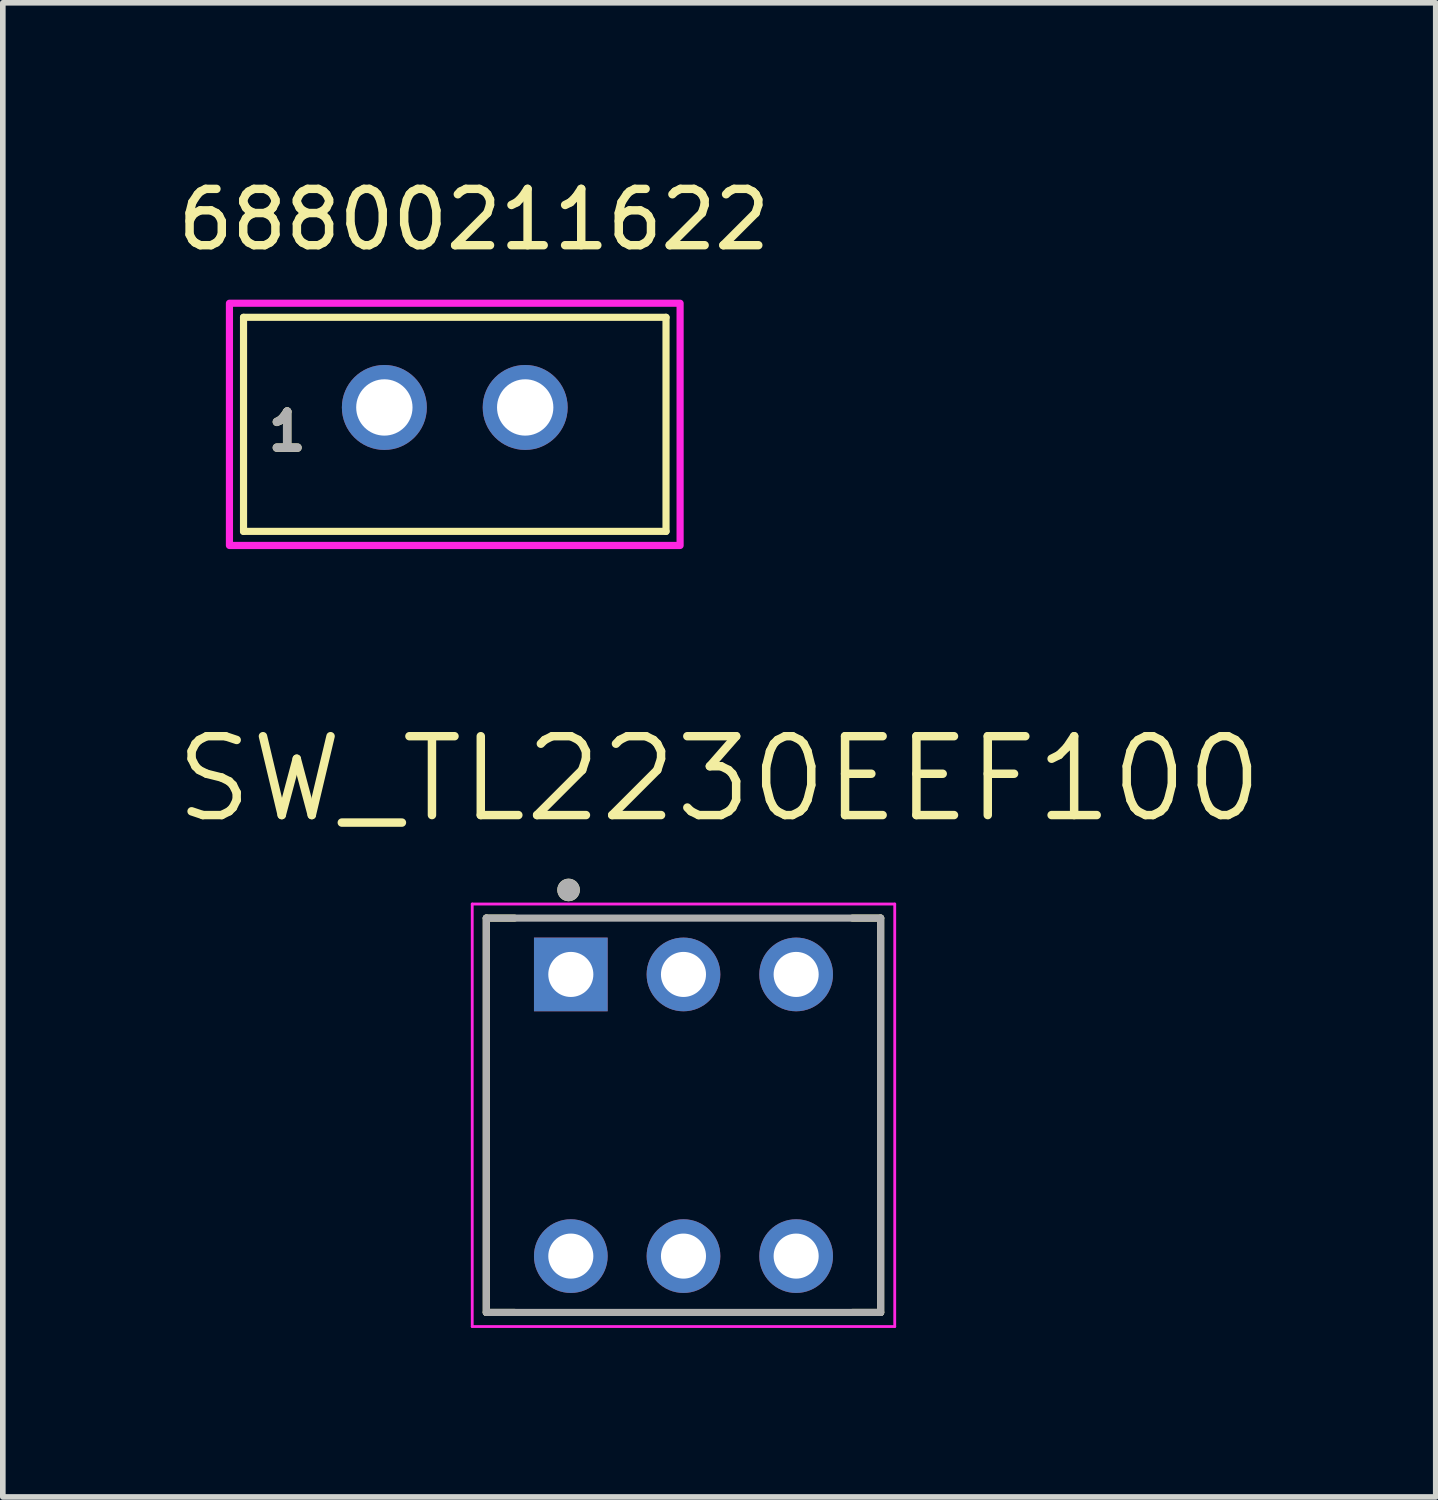
<source format=kicad_pcb>
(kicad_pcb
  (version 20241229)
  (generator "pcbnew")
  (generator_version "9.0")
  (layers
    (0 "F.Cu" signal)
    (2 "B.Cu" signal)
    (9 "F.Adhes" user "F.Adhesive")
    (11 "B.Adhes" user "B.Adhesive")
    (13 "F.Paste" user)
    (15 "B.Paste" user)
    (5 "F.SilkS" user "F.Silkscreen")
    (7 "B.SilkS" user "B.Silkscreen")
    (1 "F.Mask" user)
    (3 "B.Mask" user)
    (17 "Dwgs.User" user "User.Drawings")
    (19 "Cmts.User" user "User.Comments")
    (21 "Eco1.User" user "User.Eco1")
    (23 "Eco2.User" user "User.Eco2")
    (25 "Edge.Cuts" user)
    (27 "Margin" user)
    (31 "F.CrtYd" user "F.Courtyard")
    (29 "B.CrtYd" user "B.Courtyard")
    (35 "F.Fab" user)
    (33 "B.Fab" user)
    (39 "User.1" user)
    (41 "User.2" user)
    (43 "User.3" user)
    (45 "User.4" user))
  (footprint "68800211622"
    (layer "F.Cu")
    (at 5.023 4.183)
    (property "Reference" "68800211622" (at 0.34 -3.335 0) (layer "F.SilkS") (effects (font (size 1 1) (thickness 0.15))))
    (attr through_hole)
    (fp_line (start -3.75 -1.6) (end 3.75 -1.6) (stroke (width 0.127) (type solid)) (layer "F.SilkS"))
    (fp_line (start -3.75 2.2) (end -3.75 -1.6) (stroke (width 0.127) (type solid)) (layer "F.SilkS"))
    (fp_line (start 3.75 -1.6) (end 3.75 2.2) (stroke (width 0.127) (type solid)) (layer "F.SilkS"))
    (fp_line (start 3.75 2.2) (end -3.75 2.2) (stroke (width 0.127) (type solid)) (layer "F.SilkS"))
    (fp_poly (pts (xy -4 -1.85) (xy 4 -1.85) (xy 4 2.45) (xy -4 2.45)) (stroke (width 0.127) (type solid)) (fill no) (layer "F.CrtYd"))
    (fp_text user "1" (at -2.975 0.425 0) (layer "F.SilkS") (effects (font (size 0.64 0.64) (thickness 0.15))))
    (fp_text user "1" (at -2.975 0.425 0) (layer "F.Fab") (effects (font (size 0.64 0.64) (thickness 0.15))))
    (pad "1" thru_hole circle (at -1.25 0) (size 1.508 1.508) (drill 1) (layers "*.Cu" "*.Mask"))
    (pad "2" thru_hole circle (at 1.25 0) (size 1.508 1.508) (drill 1) (layers "*.Cu" "*.Mask")))
  (footprint "SW_TL2230EEF100"
    (layer "F.Cu")
    (at 9.083 16.748)
    (property "Reference" "SW_TL2230EEF100" (at 0.635 -5.969 0) (layer "F.SilkS") (effects (font (size 1.4 1.4) (thickness 0.15))))
    (attr through_hole)
    (fp_line (start -3.5 -3.5) (end -3 -3.5) (stroke (width 0.127) (type solid)) (layer "F.SilkS"))
    (fp_line (start -3.5 3.5) (end -3.5 -3.5) (stroke (width 0.127) (type solid)) (layer "F.SilkS"))
    (fp_line (start -3.5 3.5) (end -3 3.5) (stroke (width 0.127) (type solid)) (layer "F.SilkS"))
    (fp_line (start 3 -3.5) (end 3.5 -3.5) (stroke (width 0.127) (type solid)) (layer "F.SilkS"))
    (fp_line (start 3 3.5) (end 3.5 3.5) (stroke (width 0.127) (type solid)) (layer "F.SilkS"))
    (fp_line (start 3.5 -3.5) (end 3.5 3.5) (stroke (width 0.127) (type solid)) (layer "F.SilkS"))
    (fp_circle (center -2.04 -4) (end -1.94 -4) (stroke (width 0.2) (type solid)) (fill no) (layer "F.SilkS"))
    (fp_line (start -3.75 -3.75) (end 3.75 -3.75) (stroke (width 0.05) (type solid)) (layer "F.CrtYd"))
    (fp_line (start -3.75 3.75) (end -3.75 -3.75) (stroke (width 0.05) (type solid)) (layer "F.CrtYd"))
    (fp_line (start 3.75 -3.75) (end 3.75 3.75) (stroke (width 0.05) (type solid)) (layer "F.CrtYd"))
    (fp_line (start 3.75 3.75) (end -3.75 3.75) (stroke (width 0.05) (type solid)) (layer "F.CrtYd"))
    (fp_line (start -3.5 -3.5) (end 3.5 -3.5) (stroke (width 0.127) (type solid)) (layer "F.Fab"))
    (fp_line (start -3.5 3.5) (end -3.5 -3.5) (stroke (width 0.127) (type solid)) (layer "F.Fab"))
    (fp_line (start 3.5 -3.5) (end 3.5 3.5) (stroke (width 0.127) (type solid)) (layer "F.Fab"))
    (fp_line (start 3.5 3.5) (end -3.5 3.5) (stroke (width 0.127) (type solid)) (layer "F.Fab"))
    (fp_circle (center -2.04 -4) (end -1.94 -4) (stroke (width 0.2) (type solid)) (fill no) (layer "F.Fab"))
    (pad "1" thru_hole rect (at -2 -2.5) (size 1.308 1.308) (drill 0.8) (layers "*.Cu" "*.Mask"))
    (pad "2" thru_hole circle (at 0 -2.5) (size 1.308 1.308) (drill 0.8) (layers "*.Cu" "*.Mask"))
    (pad "3" thru_hole circle (at 2 -2.5) (size 1.308 1.308) (drill 0.8) (layers "*.Cu" "*.Mask"))
    (pad "4" thru_hole circle (at -2 2.5) (size 1.308 1.308) (drill 0.8) (layers "*.Cu" "*.Mask"))
    (pad "5" thru_hole circle (at 0 2.5) (size 1.308 1.308) (drill 0.8) (layers "*.Cu" "*.Mask"))
    (pad "6" thru_hole circle (at 2 2.5) (size 1.308 1.308) (drill 0.8) (layers "*.Cu" "*.Mask")))
  (gr_rect
    (start -3 -3)
    (end 22.437 23.523)
    (stroke (width 0.1) (type default))
    (fill no)
    (layer "Edge.Cuts")))
</source>
